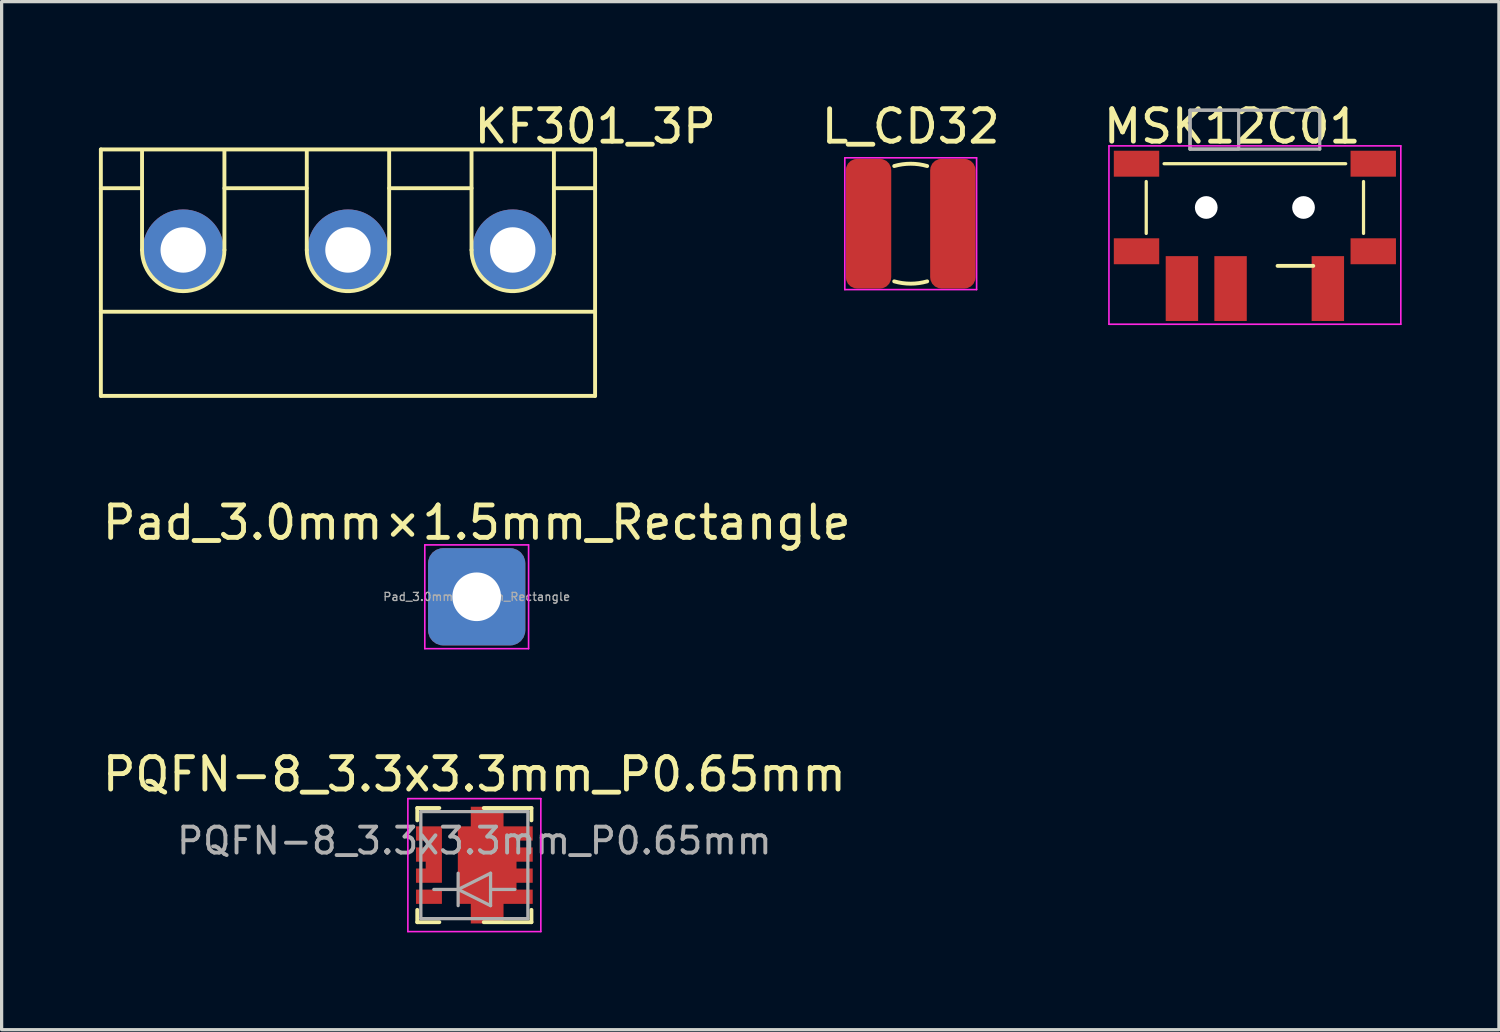
<source format=kicad_pcb>
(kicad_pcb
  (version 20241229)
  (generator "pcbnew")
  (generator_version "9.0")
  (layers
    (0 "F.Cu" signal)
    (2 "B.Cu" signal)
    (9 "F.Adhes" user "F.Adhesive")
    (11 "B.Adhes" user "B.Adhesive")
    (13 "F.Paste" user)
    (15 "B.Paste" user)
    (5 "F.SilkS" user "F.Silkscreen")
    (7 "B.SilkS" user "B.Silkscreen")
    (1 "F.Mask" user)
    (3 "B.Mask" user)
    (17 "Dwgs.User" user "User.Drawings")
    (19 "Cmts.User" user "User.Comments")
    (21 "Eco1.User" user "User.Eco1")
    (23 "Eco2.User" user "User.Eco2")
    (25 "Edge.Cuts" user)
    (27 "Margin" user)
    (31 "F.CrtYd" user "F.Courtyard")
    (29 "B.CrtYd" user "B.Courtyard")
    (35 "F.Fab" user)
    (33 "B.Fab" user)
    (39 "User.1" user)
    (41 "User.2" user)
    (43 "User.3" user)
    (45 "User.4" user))
  (footprint "PQFN-8_3.3x3.3mm_P0.65mm"
    (layer "F.Cu")
    (at 11.577 23.626)
    (property "Reference" "PQFN-8_3.3x3.3mm_P0.65mm" (at 0 -2.8 0) (layer "F.SilkS") (effects (font (size 1 1) (thickness 0.15))))
    (attr smd)
    (fp_line (start -1.76 -1.76) (end -1.76 -1.38) (stroke (width 0.12) (type solid)) (layer "F.SilkS"))
    (fp_line (start -1.76 -1.76) (end -1.08 -1.76) (stroke (width 0.12) (type solid)) (layer "F.SilkS"))
    (fp_line (start -1.76 1.76) (end -1.76 1.38) (stroke (width 0.12) (type solid)) (layer "F.SilkS"))
    (fp_line (start -1.76 1.76) (end -1.08 1.76) (stroke (width 0.12) (type solid)) (layer "F.SilkS"))
    (fp_line (start 0.29 -1.76) (end 1.76 -1.76) (stroke (width 0.12) (type solid)) (layer "F.SilkS"))
    (fp_line (start 0.29 1.76) (end 1.76 1.76) (stroke (width 0.12) (type solid)) (layer "F.SilkS"))
    (fp_line (start 1.76 -1.76) (end 1.76 -1.38) (stroke (width 0.12) (type solid)) (layer "F.SilkS"))
    (fp_line (start 1.76 1.76) (end 1.76 1.38) (stroke (width 0.12) (type solid)) (layer "F.SilkS"))
    (fp_line (start -2.05 -2.05) (end 2.05 -2.05) (stroke (width 0.05) (type solid)) (layer "F.CrtYd"))
    (fp_line (start -2.05 2.05) (end -2.05 -2.05) (stroke (width 0.05) (type solid)) (layer "F.CrtYd"))
    (fp_line (start -2.05 2.05) (end 2.05 2.05) (stroke (width 0.05) (type solid)) (layer "F.CrtYd"))
    (fp_line (start 2.05 2.05) (end 2.05 -2.05) (stroke (width 0.05) (type solid)) (layer "F.CrtYd"))
    (fp_line (start -1.65 -1.65) (end 1.65 -1.65) (stroke (width 0.1) (type solid)) (layer "F.Fab"))
    (fp_line (start -1.65 1.65) (end -1.65 -1.65) (stroke (width 0.1) (type solid)) (layer "F.Fab"))
    (fp_line (start -0.5 0.25) (end -0.5 1.25) (stroke (width 0.1) (type solid)) (layer "F.Fab"))
    (fp_line (start -0.5 0.75) (end -1.25 0.75) (stroke (width 0.1) (type solid)) (layer "F.Fab"))
    (fp_line (start -0.5 0.75) (end 0.5 0.25) (stroke (width 0.1) (type solid)) (layer "F.Fab"))
    (fp_line (start 0.5 0.25) (end 0.5 1.25) (stroke (width 0.1) (type solid)) (layer "F.Fab"))
    (fp_line (start 0.5 0.75) (end 1.25 0.75) (stroke (width 0.1) (type solid)) (layer "F.Fab"))
    (fp_line (start 0.5 1.25) (end -0.5 0.75) (stroke (width 0.1) (type solid)) (layer "F.Fab"))
    (fp_line (start 1.65 -1.65) (end 1.65 1.65) (stroke (width 0.1) (type solid)) (layer "F.Fab"))
    (fp_line (start 1.65 1.65) (end -1.65 1.65) (stroke (width 0.1) (type solid)) (layer "F.Fab"))
    (fp_text user "${REFERENCE}" (at 0 -0.75 0) (layer "F.Fab") (effects (font (size 0.8 0.8) (thickness 0.12))))
    (pad "1" smd custom (at 0.645 0 180) (size 0.5 0.5) (layers "F.Cu" "F.Mask" "F.Paste") (options (anchor rect)) (primitives (gr_poly (pts (xy 0.755 -1.195) (xy 1.155 -1.195) (xy 1.155 1.195) (xy 0.755 1.195) (xy 0.755 1.8) (xy -0.255 1.8) (xy -0.255 1.195) (xy -1.155 1.195) (xy -1.155 0.755) (xy -0.655 0.755) (xy -0.655 0.545) (xy -1.155 0.545) (xy -1.155 0.105) (xy -0.655 0.105) (xy -0.655 -0.105) (xy -1.155 -0.105) (xy -1.155 -0.545) (xy -0.655 -0.545) (xy -0.655 -0.755) (xy -1.155 -0.755) (xy -1.155 -1.195) (xy -0.255 -1.195) (xy -0.255 -1.8) (xy 0.755 -1.8)) (width 0) (fill yes))))
    (pad "2" smd rect (at -1.4 0.975 180) (size 0.8 0.44) (layers "F.Cu" "F.Mask" "F.Paste"))
    (pad "3" smd custom (at -1.4 -0.325 180) (size 0.4 0.4) (layers "F.Cu" "F.Mask" "F.Paste") (options (anchor rect)) (primitives (gr_poly (pts (xy 0.4 -0.43) (xy 0.1 -0.43) (xy 0.1 -0.22) (xy 0.4 -0.22) (xy 0.4 0.22) (xy 0.1 0.22) (xy 0.1 0.43) (xy 0.4 0.43) (xy 0.4 0.87) (xy -0.4 0.87) (xy -0.4 -0.87) (xy 0.4 -0.87)) (width 0) (fill yes)))))
  (footprint "Pad_3.0mm×1.5mm_Rectangle"
    (layer "F.Cu")
    (at 11.649 15.352)
    (property "Reference" "Pad_3.0mm×1.5mm_Rectangle" (at 0 -2.286 0) (layer "F.SilkS") (effects (font (size 1 1) (thickness 0.15))))
    (attr exclude_from_pos_files exclude_from_bom)
    (fp_line (start -1.6 -1.6) (end -1.6 1.6) (stroke (width 0.05) (type solid)) (layer "F.CrtYd"))
    (fp_line (start -1.6 1.6) (end 1.6 1.6) (stroke (width 0.05) (type solid)) (layer "F.CrtYd"))
    (fp_line (start 1.6 -1.6) (end -1.6 -1.6) (stroke (width 0.05) (type solid)) (layer "F.CrtYd"))
    (fp_line (start 1.6 1.6) (end 1.6 -1.6) (stroke (width 0.05) (type solid)) (layer "F.CrtYd"))
    (fp_circle (center 0 0) (end 0.5 0) (stroke (width 0.1) (type solid)) (fill no) (layer "F.Fab"))
    (fp_text user "${REFERENCE}" (at 0 0 0) (layer "F.Fab") (effects (font (size 0.25 0.25) (thickness 0.04))))
    (pad "1" thru_hole roundrect (at 0 0) (size 3 3) (drill 1.5) (layers "*.Cu" "*.Mask") (roundrect_rratio 0.156)))
  (footprint "L_CD32"
    (layer "F.Cu")
    (at 25.032 3.848)
    (property "Reference" "L_CD32" (at 0 -3 0) (layer "F.SilkS") (effects (font (size 1 1) (thickness 0.15))))
    (attr smd)
    (fp_arc (start -0.508 -1.777999) (mid 0 -1.849147) (end 0.507999 -1.777999) (stroke (width 0.12) (type solid)) (layer "F.SilkS"))
    (fp_arc (start 0.508 1.777999) (mid 0 1.849147) (end -0.507999 1.777999) (stroke (width 0.12) (type solid)) (layer "F.SilkS"))
    (fp_line (start -2.032 -2.032) (end 2.032 -2.032) (stroke (width 0.05) (type solid)) (layer "F.CrtYd"))
    (fp_line (start -2.032 2.032) (end -2.032 -2.032) (stroke (width 0.05) (type solid)) (layer "F.CrtYd"))
    (fp_line (start 2.032 -2.032) (end 2.032 2.032) (stroke (width 0.05) (type solid)) (layer "F.CrtYd"))
    (fp_line (start 2.032 2.032) (end -2.032 2.032) (stroke (width 0.05) (type solid)) (layer "F.CrtYd"))
    (pad "1" smd roundrect (at -1.3 0) (size 1.4 4) (layers "F.Cu" "F.Mask" "F.Paste") (roundrect_rratio 0.25))
    (pad "2" smd roundrect (at 1.3 0) (size 1.4 4) (layers "F.Cu" "F.Mask" "F.Paste") (roundrect_rratio 0.25)))
  (footprint "MSK12C01"
    (layer "F.Cu")
    (at 35.645 3.348)
    (property "Reference" "MSK12C01" (at -4.75 -2.5 0) (layer "F.SilkS") (effects (font (size 1 1) (thickness 0.15)) (justify left)))
    (attr smd)
    (fp_line (start -3.35 -0.8) (end -3.35 0.8) (stroke (width 0.1) (type solid)) (layer "F.SilkS"))
    (fp_line (start -2.8 -1.35) (end 2.8 -1.35) (stroke (width 0.1) (type solid)) (layer "F.SilkS"))
    (fp_line (start 0.7 1.8) (end 1.8 1.8) (stroke (width 0.12) (type default)) (layer "F.SilkS"))
    (fp_line (start 3.35 -0.8) (end 3.35 0.8) (stroke (width 0.1) (type solid)) (layer "F.SilkS"))
    (fp_line (start -4.5 -1.9) (end -4.5 3.6) (stroke (width 0.05) (type default)) (layer "F.CrtYd"))
    (fp_line (start -4.5 3.6) (end 4.5 3.6) (stroke (width 0.05) (type default)) (layer "F.CrtYd"))
    (fp_line (start 4.5 -1.9) (end -4.5 -1.9) (stroke (width 0.05) (type default)) (layer "F.CrtYd"))
    (fp_line (start 4.5 3.6) (end 4.5 -1.9) (stroke (width 0.05) (type default)) (layer "F.CrtYd"))
    (fp_line (start -2 -3) (end -2 -1.8) (stroke (width 0.1) (type default)) (layer "F.Fab"))
    (fp_line (start -2 -3) (end 2 -3) (stroke (width 0.1) (type default)) (layer "F.Fab"))
    (fp_line (start -2 -1.8) (end 2 -1.8) (stroke (width 0.1) (type default)) (layer "F.Fab"))
    (fp_line (start 2 -1.8) (end 2 -3) (stroke (width 0.1) (type default)) (layer "F.Fab"))
    (fp_rect (start -2 -3) (end -0.5 -1.8) (stroke (width 0.1) (type solid)) (fill no) (layer "F.Fab"))
    (pad "" smd rect (at -3.65 -1.35) (size 1.4 0.8) (layers "F.Cu" "F.Mask" "F.Paste"))
    (pad "" smd rect (at -3.65 1.35) (size 1.4 0.8) (layers "F.Cu" "F.Mask" "F.Paste"))
    (pad "" np_thru_hole circle (at -1.5 0) (size 0.7 0.7) (drill 1) (layers "*.Cu" "*.Mask"))
    (pad "" np_thru_hole circle (at 1.5 0) (size 0.7 0.7) (drill 1) (layers "*.Cu" "*.Mask"))
    (pad "" smd rect (at 3.65 -1.35) (size 1.4 0.8) (layers "F.Cu" "F.Mask" "F.Paste"))
    (pad "" smd rect (at 3.65 1.35) (size 1.4 0.8) (layers "F.Cu" "F.Mask" "F.Paste"))
    (pad "1" smd rect (at -2.25 2.5) (size 1 2) (layers "F.Cu" "F.Mask" "F.Paste"))
    (pad "2" smd rect (at -0.75 2.5) (size 1 2) (layers "F.Cu" "F.Mask" "F.Paste"))
    (pad "3" smd rect (at 2.25 2.5) (size 1 2) (layers "F.Cu" "F.Mask" "F.Paste")))
  (footprint "KF301_3P"
    (layer "F.Cu")
    (at 7.68 4.658)
    (property "Reference" "KF301_3P" (at 3.81 -3.81 0) (layer "F.SilkS") (effects (font (size 1 1) (thickness 0.15)) (justify left)))
    (attr through_hole)
    (fp_line (start -7.62 -3.1) (end 7.62 -3.1) (stroke (width 0.12) (type solid)) (layer "F.SilkS"))
    (fp_line (start -7.62 -1.905) (end -6.35 -1.905) (stroke (width 0.12) (type solid)) (layer "F.SilkS"))
    (fp_line (start -7.62 1.905) (end 7.62 1.905) (stroke (width 0.12) (type solid)) (layer "F.SilkS"))
    (fp_line (start -7.62 4.5) (end -7.62 -3.1) (stroke (width 0.12) (type solid)) (layer "F.SilkS"))
    (fp_line (start -6.35 -3.048) (end -6.35 0) (stroke (width 0.12) (type solid)) (layer "F.SilkS"))
    (fp_line (start -3.81 -1.905) (end -1.27 -1.905) (stroke (width 0.12) (type solid)) (layer "F.SilkS"))
    (fp_line (start -3.81 0) (end -3.81 -3.048) (stroke (width 0.12) (type solid)) (layer "F.SilkS"))
    (fp_line (start -1.27 -3.048) (end -1.27 0) (stroke (width 0.12) (type solid)) (layer "F.SilkS"))
    (fp_line (start 1.27 -1.905) (end 3.81 -1.905) (stroke (width 0.12) (type solid)) (layer "F.SilkS"))
    (fp_line (start 1.27 0.127) (end 1.27 -3.048) (stroke (width 0.12) (type solid)) (layer "F.SilkS"))
    (fp_line (start 3.81 -3.048) (end 3.81 0) (stroke (width 0.12) (type solid)) (layer "F.SilkS"))
    (fp_line (start 6.35 -1.905) (end 7.62 -1.905) (stroke (width 0.12) (type solid)) (layer "F.SilkS"))
    (fp_line (start 6.35 0.127) (end 6.35 -3.048) (stroke (width 0.12) (type solid)) (layer "F.SilkS"))
    (fp_line (start 7.62 -3.1) (end 7.62 4.5) (stroke (width 0.12) (type solid)) (layer "F.SilkS"))
    (fp_line (start 7.62 4.5) (end -7.62 4.5) (stroke (width 0.12) (type solid)) (layer "F.SilkS"))
    (fp_arc (start -3.81 0) (mid -5.08 1.27) (end -6.35 0) (stroke (width 0.12) (type solid)) (layer "F.SilkS"))
    (fp_arc (start 1.263697 0.12637) (mid -0.063264 1.268423) (end -1.27 0) (stroke (width 0.12) (type solid)) (layer "F.SilkS"))
    (fp_arc (start 6.343697 0.12637) (mid 5.016736 1.268423) (end 3.81 0) (stroke (width 0.12) (type solid)) (layer "F.SilkS"))
    (pad "1" thru_hole circle (at -5.08 0) (size 2.5 2.5) (drill 1.4) (layers "*.Cu" "*.Mask"))
    (pad "2" thru_hole circle (at 0 0) (size 2.5 2.5) (drill 1.4) (layers "*.Cu" "*.Mask"))
    (pad "3" thru_hole circle (at 5.08 0) (size 2.5 2.5) (drill 1.4) (layers "*.Cu" "*.Mask")))
  (gr_rect
    (start -3 -3)
    (end 43.17 28.701)
    (stroke (width 0.1) (type default))
    (fill no)
    (layer "Edge.Cuts")))
</source>
